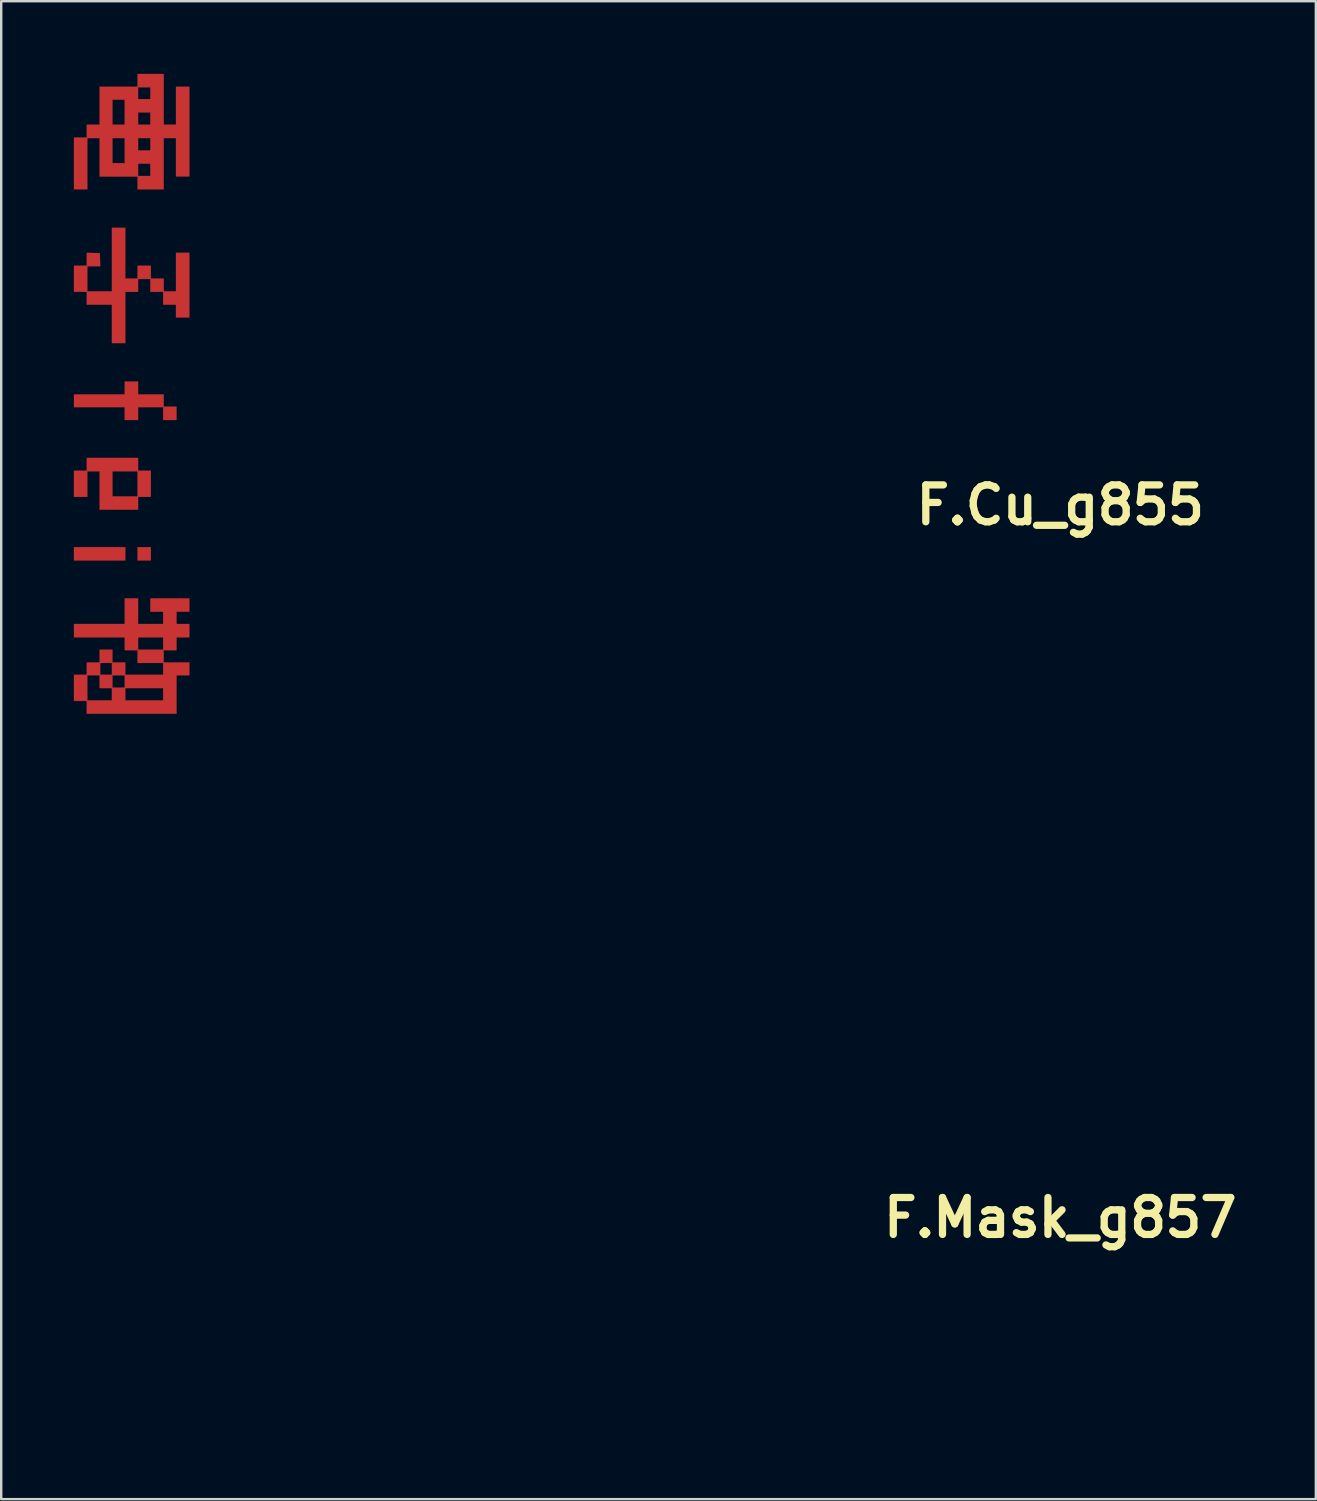
<source format=kicad_pcb>
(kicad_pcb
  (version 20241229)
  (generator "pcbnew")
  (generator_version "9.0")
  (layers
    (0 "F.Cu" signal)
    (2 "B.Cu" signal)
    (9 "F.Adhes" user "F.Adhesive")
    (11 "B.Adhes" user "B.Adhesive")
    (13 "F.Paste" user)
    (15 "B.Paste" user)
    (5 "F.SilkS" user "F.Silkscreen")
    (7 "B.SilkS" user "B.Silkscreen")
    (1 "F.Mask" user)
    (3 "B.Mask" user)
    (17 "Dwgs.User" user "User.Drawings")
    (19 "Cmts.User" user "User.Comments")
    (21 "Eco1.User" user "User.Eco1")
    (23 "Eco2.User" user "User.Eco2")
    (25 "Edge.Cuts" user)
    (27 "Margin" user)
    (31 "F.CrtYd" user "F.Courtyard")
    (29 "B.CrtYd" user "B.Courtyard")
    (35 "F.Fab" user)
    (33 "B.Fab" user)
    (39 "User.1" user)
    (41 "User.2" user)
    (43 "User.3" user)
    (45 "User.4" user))
  (footprint "F.Mask_g857"
    (layer "F.Cu")
    (at 40.73 47.232)
    (property "Reference" "F.Mask_g857" (at 0 0 0) (layer "F.SilkS") (effects (font (size 1.524 1.524) (thickness 0.3))))
    (attr through_hole)
    (fp_poly (pts (xy -38.608 2.286) (xy -40.725 2.286) (xy -40.725 1.736) (xy -38.608 1.736) (xy -38.608 2.286)) (stroke (width 0.01) (type solid)) (fill yes) (layer "F.Mask"))
    (fp_poly (pts (xy -37.55 2.286) (xy -38.1 2.286) (xy -38.1 1.736) (xy -37.55 1.736) (xy -37.55 2.286)) (stroke (width 0.01) (type solid)) (fill yes) (layer "F.Mask"))
    (fp_poly (pts (xy -38.079 -4.572) (xy -37.02 -4.572) (xy -37.02 -4.064) (xy -36.491 -4.064) (xy -36.491 -3.514) (xy -37.042 -3.514) (xy -37.042 -4.043) (xy -38.079 -4.043) (xy -38.079 -3.514) (xy -38.629 -3.514) (xy -38.629 -4.043) (xy -40.725 -4.043) (xy -40.725 -4.572) (xy -38.629 -4.572) (xy -38.629 -5.101) (xy -38.079 -5.101) (xy -38.079 -4.572)) (stroke (width 0.01) (type solid)) (fill yes) (layer "F.Mask"))
    (fp_poly (pts (xy -38.079 -1.418) (xy -37.55 -1.418) (xy -37.55 -0.339) (xy -38.079 -0.339) (xy -38.079 0.191) (xy -39.666 0.191) (xy -39.666 -1.397) (xy -39.137 -1.397) (xy -39.137 -0.36) (xy -38.1 -0.36) (xy -38.1 -1.397) (xy -39.137 -1.397) (xy -39.666 -1.397) (xy -40.174 -1.397) (xy -40.174 -0.339) (xy -40.725 -0.339) (xy -40.725 -1.418) (xy -40.196 -1.418) (xy -40.196 -1.947) (xy -38.079 -1.947) (xy -38.079 -1.418)) (stroke (width 0.01) (type solid)) (fill yes) (layer "F.Mask"))
    (fp_poly (pts (xy -38.608 -9.356) (xy -38.1 -9.356) (xy -38.1 -9.885) (xy -37.55 -9.885) (xy -37.55 -9.356) (xy -37.02 -9.356) (xy -37.02 -8.826) (xy -36.513 -8.826) (xy -36.513 -10.414) (xy -35.962 -10.414) (xy -35.962 -7.747) (xy -36.513 -7.747) (xy -36.513 -8.276) (xy -37.042 -8.276) (xy -37.042 -8.805) (xy -37.571 -8.805) (xy -37.571 -9.335) (xy -38.079 -9.335) (xy -38.079 -8.805) (xy -38.608 -8.805) (xy -38.608 -6.689) (xy -39.158 -6.689) (xy -39.158 -8.276) (xy -40.196 -8.276) (xy -40.196 -8.805) (xy -40.725 -8.805) (xy -40.725 -9.885) (xy -40.196 -9.885) (xy -40.196 -10.415) (xy -39.656 -10.403) (xy -39.644 -9.864) (xy -40.174 -9.864) (xy -40.174 -8.826) (xy -39.158 -8.826) (xy -39.158 -11.451) (xy -38.608 -11.451) (xy -38.608 -9.356)) (stroke (width 0.01) (type solid)) (fill yes) (layer "F.Mask"))
    (fp_poly (pts (xy -37.02 -15.706) (xy -36.513 -15.706) (xy -36.513 -17.272) (xy -35.962 -17.272) (xy -35.962 -13.568) (xy -36.513 -13.568) (xy -36.513 -15.155) (xy -37.02 -15.155) (xy -37.02 -13.039) (xy -38.1 -13.039) (xy -38.1 -13.568) (xy -39.666 -13.568) (xy -39.666 -14.097) (xy -38.079 -14.097) (xy -38.079 -13.589) (xy -37.571 -13.589) (xy -37.571 -14.097) (xy -38.079 -14.097) (xy -39.666 -14.097) (xy -39.666 -15.155) (xy -39.137 -15.155) (xy -39.137 -14.118) (xy -38.629 -14.118) (xy -38.629 -15.155) (xy -38.079 -15.155) (xy -38.079 -14.647) (xy -37.571 -14.647) (xy -37.571 -15.155) (xy -38.079 -15.155) (xy -38.629 -15.155) (xy -39.137 -15.155) (xy -39.666 -15.155) (xy -40.174 -15.155) (xy -40.174 -13.039) (xy -40.725 -13.039) (xy -40.725 -15.177) (xy -40.196 -15.177) (xy -40.196 -15.706) (xy -39.666 -15.706) (xy -39.666 -16.743) (xy -39.137 -16.743) (xy -39.137 -15.706) (xy -38.629 -15.706) (xy -38.629 -16.214) (xy -38.079 -16.214) (xy -38.079 -15.706) (xy -37.571 -15.706) (xy -37.571 -16.214) (xy -38.079 -16.214) (xy -38.629 -16.214) (xy -38.629 -16.743) (xy -39.137 -16.743) (xy -39.666 -16.743) (xy -39.666 -17.251) (xy -38.079 -17.251) (xy -38.079 -16.764) (xy -37.571 -16.764) (xy -37.571 -17.251) (xy -38.079 -17.251) (xy -39.666 -17.251) (xy -39.666 -17.272) (xy -38.1 -17.272) (xy -38.1 -17.801) (xy -37.02 -17.801) (xy -37.02 -15.706)) (stroke (width 0.01) (type solid)) (fill yes) (layer "F.Mask"))
    (fp_poly (pts (xy -38.079 4.911) (xy -37.042 4.911) (xy -37.042 4.403) (xy -37.571 4.403) (xy -37.571 3.852) (xy -35.962 3.852) (xy -35.962 4.403) (xy -36.491 4.403) (xy -36.491 4.911) (xy -35.962 4.911) (xy -35.962 5.461) (xy -36.491 5.461) (xy -36.491 5.99) (xy -37.02 5.99) (xy -37.02 6.498) (xy -35.962 6.498) (xy -35.962 7.027) (xy -36.491 7.027) (xy -36.491 8.615) (xy -40.196 8.615) (xy -40.196 8.086) (xy -40.725 8.086) (xy -40.725 7.027) (xy -40.174 7.027) (xy -40.174 8.065) (xy -39.158 8.065) (xy -39.158 7.556) (xy -38.608 7.556) (xy -38.608 8.065) (xy -37.042 8.065) (xy -37.042 7.556) (xy -38.608 7.556) (xy -39.158 7.556) (xy -39.666 7.556) (xy -39.666 7.027) (xy -39.137 7.027) (xy -39.137 7.535) (xy -38.629 7.535) (xy -38.629 7.027) (xy -39.137 7.027) (xy -39.666 7.027) (xy -40.174 7.027) (xy -40.725 7.027) (xy -40.725 7.006) (xy -40.196 7.006) (xy -40.196 6.519) (xy -39.645 6.519) (xy -39.645 7.006) (xy -39.158 7.006) (xy -39.158 6.519) (xy -39.645 6.519) (xy -40.196 6.519) (xy -40.196 6.498) (xy -39.666 6.498) (xy -39.666 5.969) (xy -39.137 5.969) (xy -39.137 6.498) (xy -38.608 6.498) (xy -38.608 7.006) (xy -37.042 7.006) (xy -37.042 6.519) (xy -38.1 6.519) (xy -38.1 5.99) (xy -38.629 5.99) (xy -38.629 5.461) (xy -38.079 5.461) (xy -38.079 5.969) (xy -37.042 5.969) (xy -37.042 5.461) (xy -38.079 5.461) (xy -38.629 5.461) (xy -40.725 5.461) (xy -40.725 4.911) (xy -38.629 4.911) (xy -38.629 3.852) (xy -38.079 3.852) (xy -38.079 4.911)) (stroke (width 0.01) (type solid)) (fill yes) (layer "F.Mask")))
  (footprint "F.Cu_g855"
    (layer "F.Cu")
    (at 40.73 17.806)
    (property "Reference" "F.Cu_g855" (at 0 0 0) (layer "F.SilkS") (effects (font (size 1.524 1.524) (thickness 0.3))))
    (attr through_hole)
    (fp_poly (pts (xy -38.608 2.286) (xy -40.725 2.286) (xy -40.725 1.736) (xy -38.608 1.736) (xy -38.608 2.286)) (stroke (width 0.01) (type solid)) (fill yes) (layer "F.Cu"))
    (fp_poly (pts (xy -37.55 2.286) (xy -38.1 2.286) (xy -38.1 1.736) (xy -37.55 1.736) (xy -37.55 2.286)) (stroke (width 0.01) (type solid)) (fill yes) (layer "F.Cu"))
    (fp_poly (pts (xy -38.079 -4.572) (xy -37.02 -4.572) (xy -37.02 -4.064) (xy -36.491 -4.064) (xy -36.491 -3.514) (xy -37.042 -3.514) (xy -37.042 -4.043) (xy -38.079 -4.043) (xy -38.079 -3.514) (xy -38.629 -3.514) (xy -38.629 -4.043) (xy -40.725 -4.043) (xy -40.725 -4.572) (xy -38.629 -4.572) (xy -38.629 -5.101) (xy -38.079 -5.101) (xy -38.079 -4.572)) (stroke (width 0.01) (type solid)) (fill yes) (layer "F.Cu"))
    (fp_poly (pts (xy -38.079 -1.418) (xy -37.55 -1.418) (xy -37.55 -0.339) (xy -38.079 -0.339) (xy -38.079 0.191) (xy -39.666 0.191) (xy -39.666 -1.397) (xy -39.137 -1.397) (xy -39.137 -0.36) (xy -38.1 -0.36) (xy -38.1 -1.397) (xy -39.137 -1.397) (xy -39.666 -1.397) (xy -40.174 -1.397) (xy -40.174 -0.339) (xy -40.725 -0.339) (xy -40.725 -1.418) (xy -40.196 -1.418) (xy -40.196 -1.947) (xy -38.079 -1.947) (xy -38.079 -1.418)) (stroke (width 0.01) (type solid)) (fill yes) (layer "F.Cu"))
    (fp_poly (pts (xy -38.608 -9.356) (xy -38.1 -9.356) (xy -38.1 -9.885) (xy -37.55 -9.885) (xy -37.55 -9.356) (xy -37.02 -9.356) (xy -37.02 -8.826) (xy -36.513 -8.826) (xy -36.513 -10.414) (xy -35.962 -10.414) (xy -35.962 -7.747) (xy -36.513 -7.747) (xy -36.513 -8.276) (xy -37.042 -8.276) (xy -37.042 -8.805) (xy -37.571 -8.805) (xy -37.571 -9.335) (xy -38.079 -9.335) (xy -38.079 -8.805) (xy -38.608 -8.805) (xy -38.608 -6.689) (xy -39.158 -6.689) (xy -39.158 -8.276) (xy -40.196 -8.276) (xy -40.196 -8.805) (xy -40.725 -8.805) (xy -40.725 -9.885) (xy -40.196 -9.885) (xy -40.196 -10.415) (xy -39.656 -10.403) (xy -39.644 -9.864) (xy -40.174 -9.864) (xy -40.174 -8.826) (xy -39.158 -8.826) (xy -39.158 -11.451) (xy -38.608 -11.451) (xy -38.608 -9.356)) (stroke (width 0.01) (type solid)) (fill yes) (layer "F.Cu"))
    (fp_poly (pts (xy -37.02 -15.706) (xy -36.513 -15.706) (xy -36.513 -17.272) (xy -35.962 -17.272) (xy -35.962 -13.568) (xy -36.513 -13.568) (xy -36.513 -15.155) (xy -37.02 -15.155) (xy -37.02 -13.039) (xy -38.1 -13.039) (xy -38.1 -13.568) (xy -39.666 -13.568) (xy -39.666 -14.097) (xy -38.079 -14.097) (xy -38.079 -13.589) (xy -37.571 -13.589) (xy -37.571 -14.097) (xy -38.079 -14.097) (xy -39.666 -14.097) (xy -39.666 -15.155) (xy -39.137 -15.155) (xy -39.137 -14.118) (xy -38.629 -14.118) (xy -38.629 -15.155) (xy -38.079 -15.155) (xy -38.079 -14.647) (xy -37.571 -14.647) (xy -37.571 -15.155) (xy -38.079 -15.155) (xy -38.629 -15.155) (xy -39.137 -15.155) (xy -39.666 -15.155) (xy -40.174 -15.155) (xy -40.174 -13.039) (xy -40.725 -13.039) (xy -40.725 -15.177) (xy -40.196 -15.177) (xy -40.196 -15.706) (xy -39.666 -15.706) (xy -39.666 -16.743) (xy -39.137 -16.743) (xy -39.137 -15.706) (xy -38.629 -15.706) (xy -38.629 -16.214) (xy -38.079 -16.214) (xy -38.079 -15.706) (xy -37.571 -15.706) (xy -37.571 -16.214) (xy -38.079 -16.214) (xy -38.629 -16.214) (xy -38.629 -16.743) (xy -39.137 -16.743) (xy -39.666 -16.743) (xy -39.666 -17.251) (xy -38.079 -17.251) (xy -38.079 -16.764) (xy -37.571 -16.764) (xy -37.571 -17.251) (xy -38.079 -17.251) (xy -39.666 -17.251) (xy -39.666 -17.272) (xy -38.1 -17.272) (xy -38.1 -17.801) (xy -37.02 -17.801) (xy -37.02 -15.706)) (stroke (width 0.01) (type solid)) (fill yes) (layer "F.Cu"))
    (fp_poly (pts (xy -38.079 4.911) (xy -37.042 4.911) (xy -37.042 4.403) (xy -37.571 4.403) (xy -37.571 3.852) (xy -35.962 3.852) (xy -35.962 4.403) (xy -36.491 4.403) (xy -36.491 4.911) (xy -35.962 4.911) (xy -35.962 5.461) (xy -36.491 5.461) (xy -36.491 5.99) (xy -37.02 5.99) (xy -37.02 6.498) (xy -35.962 6.498) (xy -35.962 7.027) (xy -36.491 7.027) (xy -36.491 8.615) (xy -40.196 8.615) (xy -40.196 8.086) (xy -40.725 8.086) (xy -40.725 7.027) (xy -40.174 7.027) (xy -40.174 8.065) (xy -39.158 8.065) (xy -39.158 7.556) (xy -38.608 7.556) (xy -38.608 8.065) (xy -37.042 8.065) (xy -37.042 7.556) (xy -38.608 7.556) (xy -39.158 7.556) (xy -39.666 7.556) (xy -39.666 7.027) (xy -39.137 7.027) (xy -39.137 7.535) (xy -38.629 7.535) (xy -38.629 7.027) (xy -39.137 7.027) (xy -39.666 7.027) (xy -40.174 7.027) (xy -40.725 7.027) (xy -40.725 7.006) (xy -40.196 7.006) (xy -40.196 6.519) (xy -39.645 6.519) (xy -39.645 7.006) (xy -39.158 7.006) (xy -39.158 6.519) (xy -39.645 6.519) (xy -40.196 6.519) (xy -40.196 6.498) (xy -39.666 6.498) (xy -39.666 5.969) (xy -39.137 5.969) (xy -39.137 6.498) (xy -38.608 6.498) (xy -38.608 7.006) (xy -37.042 7.006) (xy -37.042 6.519) (xy -38.1 6.519) (xy -38.1 5.99) (xy -38.629 5.99) (xy -38.629 5.461) (xy -38.079 5.461) (xy -38.079 5.969) (xy -37.042 5.969) (xy -37.042 5.461) (xy -38.079 5.461) (xy -38.629 5.461) (xy -40.725 5.461) (xy -40.725 4.911) (xy -38.629 4.911) (xy -38.629 3.852) (xy -38.079 3.852) (xy -38.079 4.911)) (stroke (width 0.01) (type solid)) (fill yes) (layer "F.Cu")))
  (gr_rect
    (start -3 -3)
    (end 51.284 58.852)
    (stroke (width 0.1) (type default))
    (fill no)
    (layer "Edge.Cuts")))
</source>
